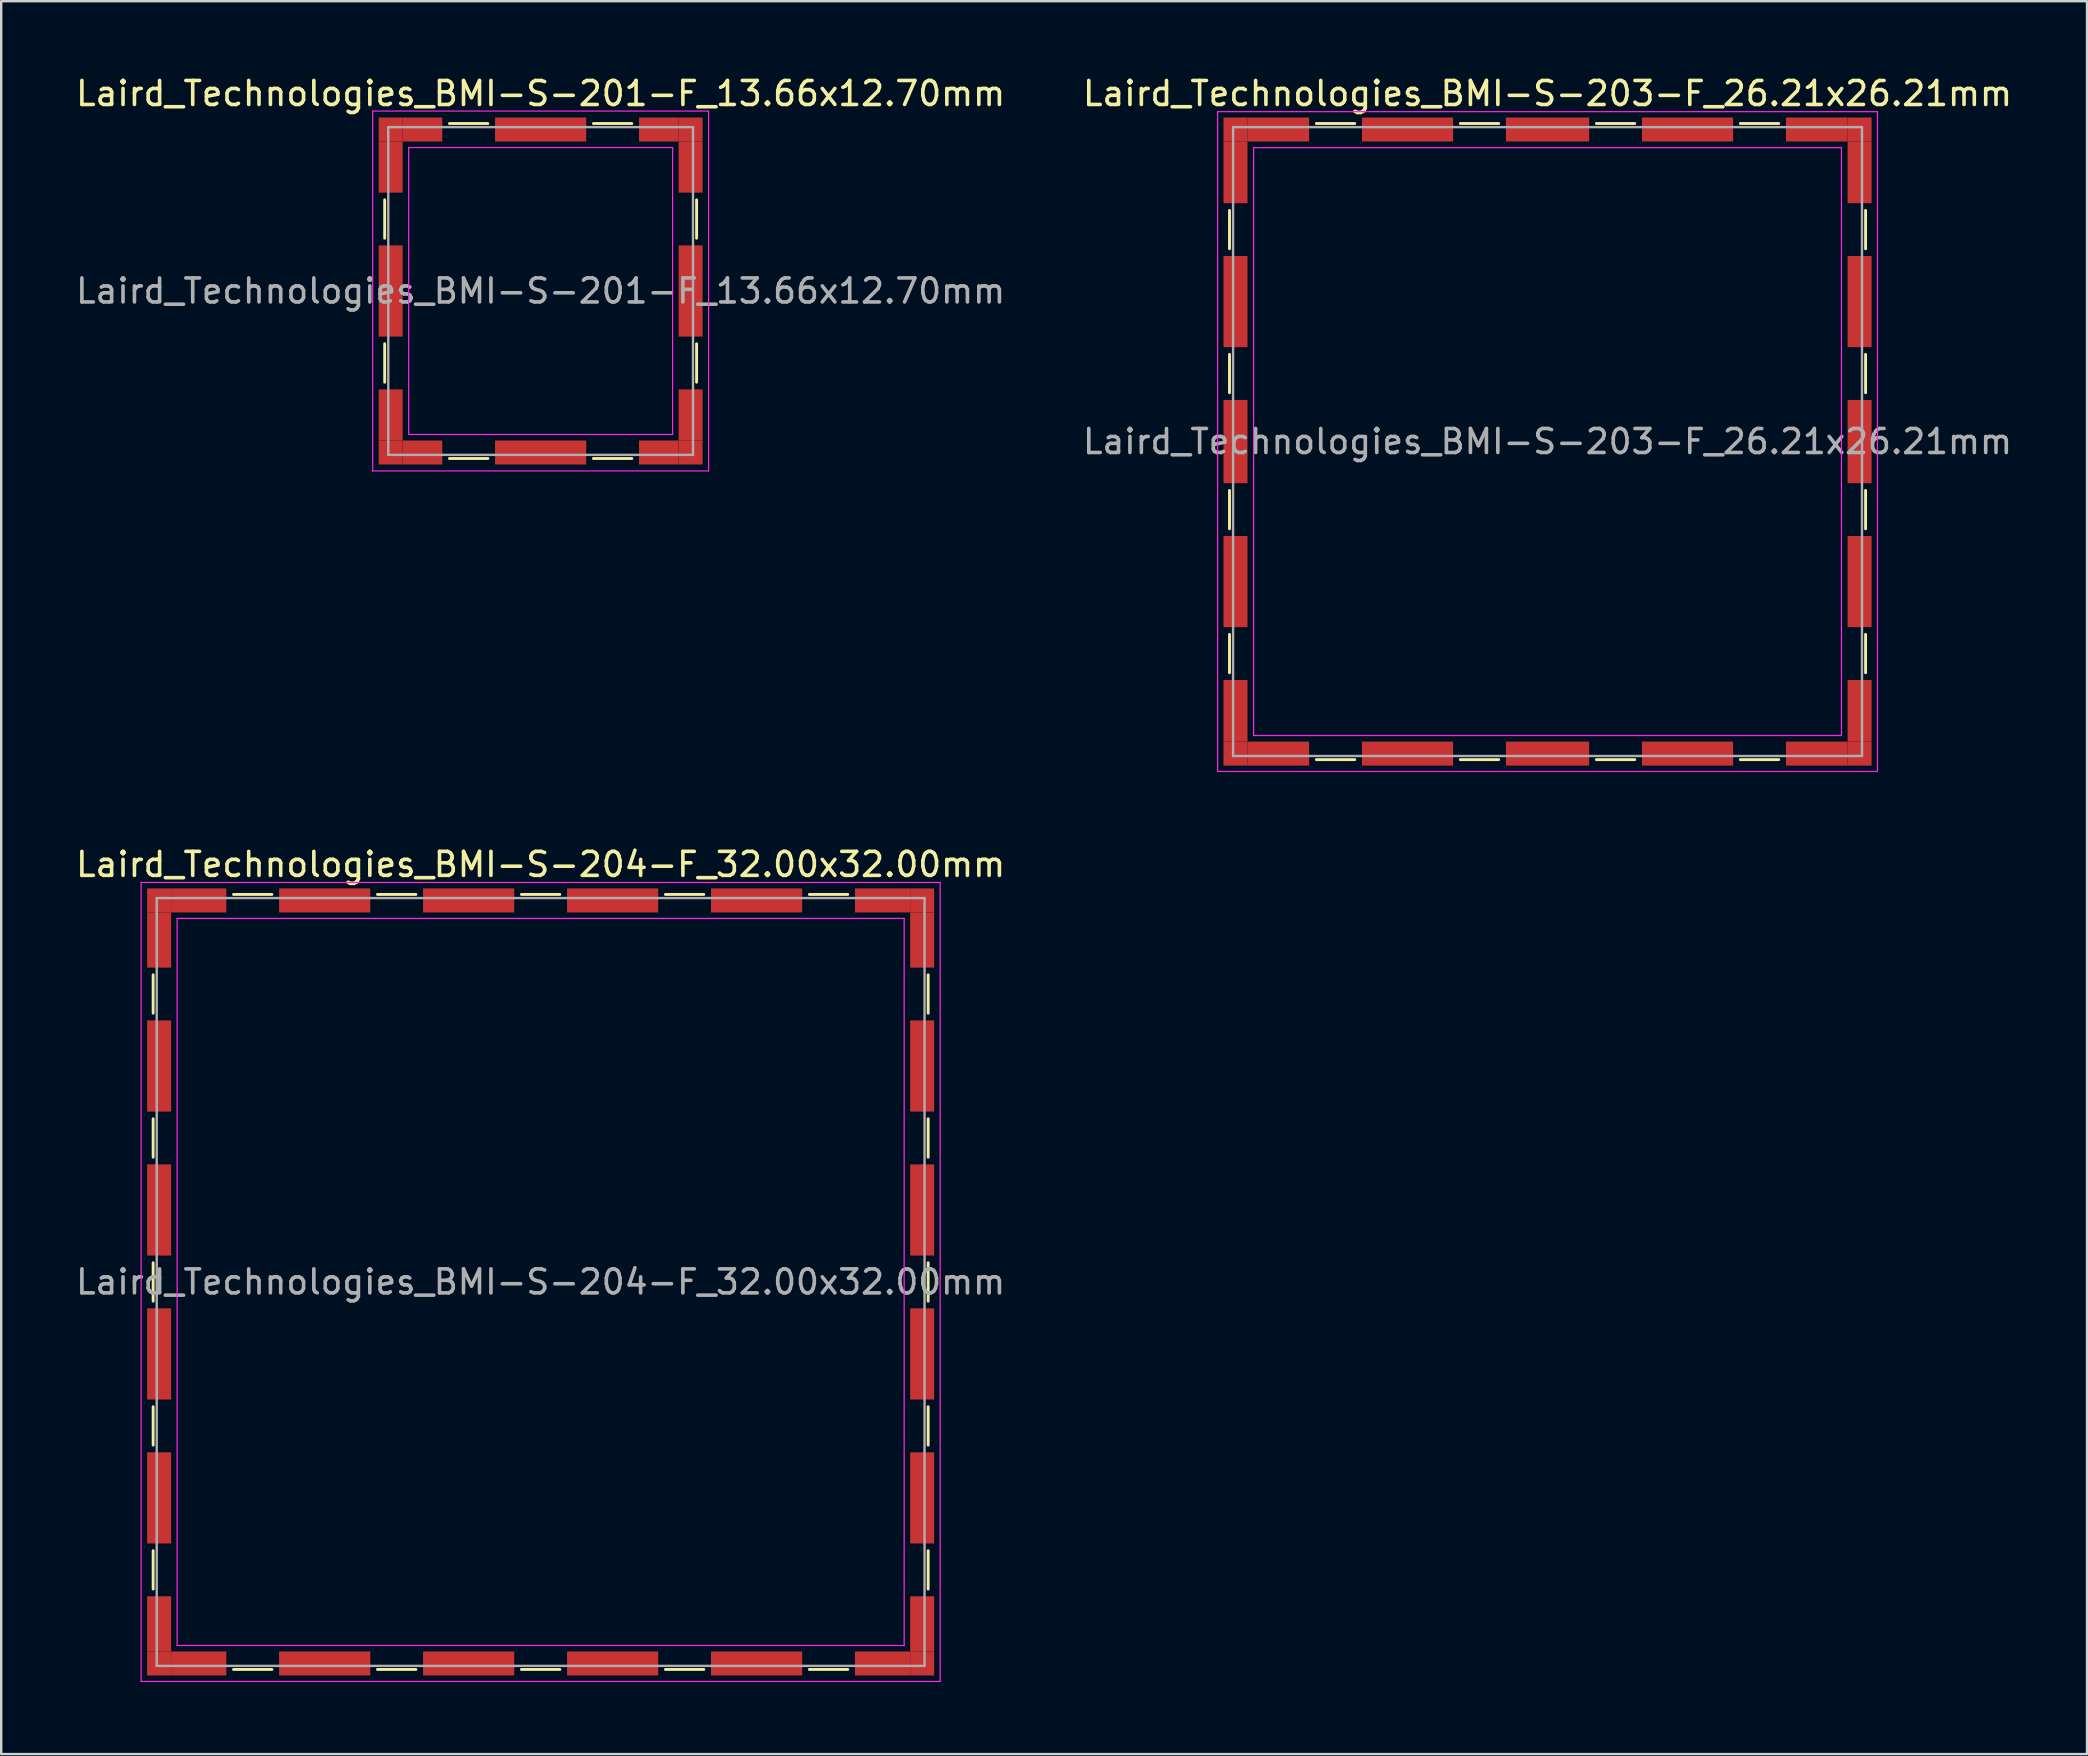
<source format=kicad_pcb>
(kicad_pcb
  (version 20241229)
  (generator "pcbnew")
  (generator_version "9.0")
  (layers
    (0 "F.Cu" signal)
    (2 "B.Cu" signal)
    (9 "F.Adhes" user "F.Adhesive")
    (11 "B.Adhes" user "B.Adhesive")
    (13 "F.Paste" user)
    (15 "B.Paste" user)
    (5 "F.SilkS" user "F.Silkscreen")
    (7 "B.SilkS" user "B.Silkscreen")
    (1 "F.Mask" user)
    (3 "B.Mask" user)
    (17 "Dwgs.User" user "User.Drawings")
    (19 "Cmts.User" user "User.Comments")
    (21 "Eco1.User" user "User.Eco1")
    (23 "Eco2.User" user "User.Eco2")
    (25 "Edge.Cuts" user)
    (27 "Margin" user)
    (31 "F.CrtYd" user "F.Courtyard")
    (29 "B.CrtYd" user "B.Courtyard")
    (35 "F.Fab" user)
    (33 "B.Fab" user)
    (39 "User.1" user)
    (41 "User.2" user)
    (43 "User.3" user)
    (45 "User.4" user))
  (footprint "Laird_Technologies_BMI-S-203-F_26.21x26.21mm"
    (layer "F.Cu")
    (at 61.446 15.353)
    (property "Reference" "Laird_Technologies_BMI-S-203-F_26.21x26.21mm" (at 0 -14.505 0) (layer "F.SilkS") (effects (font (size 1 1) (thickness 0.15))))
    (attr smd)
    (fp_line (start -13.255 -9.635) (end -13.255 -8.035) (stroke (width 0.12) (type solid)) (layer "F.SilkS"))
    (fp_line (start -13.255 -3.635) (end -13.255 -2.035) (stroke (width 0.12) (type solid)) (layer "F.SilkS"))
    (fp_line (start -13.255 2.035) (end -13.255 3.635) (stroke (width 0.12) (type solid)) (layer "F.SilkS"))
    (fp_line (start -13.255 8.035) (end -13.255 9.635) (stroke (width 0.12) (type solid)) (layer "F.SilkS"))
    (fp_line (start -9.635 -13.255) (end -8.035 -13.255) (stroke (width 0.12) (type solid)) (layer "F.SilkS"))
    (fp_line (start -9.635 13.255) (end -8.035 13.255) (stroke (width 0.12) (type solid)) (layer "F.SilkS"))
    (fp_line (start -3.635 -13.255) (end -2.035 -13.255) (stroke (width 0.12) (type solid)) (layer "F.SilkS"))
    (fp_line (start -3.635 13.255) (end -2.035 13.255) (stroke (width 0.12) (type solid)) (layer "F.SilkS"))
    (fp_line (start 2.035 -13.255) (end 3.635 -13.255) (stroke (width 0.12) (type solid)) (layer "F.SilkS"))
    (fp_line (start 2.035 13.255) (end 3.635 13.255) (stroke (width 0.12) (type solid)) (layer "F.SilkS"))
    (fp_line (start 8.035 -13.255) (end 9.635 -13.255) (stroke (width 0.12) (type solid)) (layer "F.SilkS"))
    (fp_line (start 8.035 13.255) (end 9.635 13.255) (stroke (width 0.12) (type solid)) (layer "F.SilkS"))
    (fp_line (start 13.255 -9.635) (end 13.255 -8.035) (stroke (width 0.12) (type solid)) (layer "F.SilkS"))
    (fp_line (start 13.255 -3.635) (end 13.255 -2.035) (stroke (width 0.12) (type solid)) (layer "F.SilkS"))
    (fp_line (start 13.255 2.035) (end 13.255 3.635) (stroke (width 0.12) (type solid)) (layer "F.SilkS"))
    (fp_line (start 13.255 8.035) (end 13.255 9.635) (stroke (width 0.12) (type solid)) (layer "F.SilkS"))
    (fp_line (start -13.75 -13.75) (end -13.75 13.75) (stroke (width 0.05) (type solid)) (layer "F.CrtYd"))
    (fp_line (start -13.75 13.75) (end 13.75 13.75) (stroke (width 0.05) (type solid)) (layer "F.CrtYd"))
    (fp_line (start -12.25 -12.25) (end -12.25 12.25) (stroke (width 0.05) (type solid)) (layer "F.CrtYd"))
    (fp_line (start 12.25 -12.25) (end -12.25 -12.25) (stroke (width 0.05) (type solid)) (layer "F.CrtYd"))
    (fp_line (start 12.25 -12.25) (end 12.25 12.25) (stroke (width 0.05) (type solid)) (layer "F.CrtYd"))
    (fp_line (start 12.25 12.25) (end -12.25 12.25) (stroke (width 0.05) (type solid)) (layer "F.CrtYd"))
    (fp_line (start 13.75 -13.75) (end -13.75 -13.75) (stroke (width 0.05) (type solid)) (layer "F.CrtYd"))
    (fp_line (start 13.75 13.75) (end 13.75 -13.75) (stroke (width 0.05) (type solid)) (layer "F.CrtYd"))
    (fp_line (start -13.105 -13.105) (end -13.105 13.105) (stroke (width 0.1) (type solid)) (layer "F.Fab"))
    (fp_line (start -13.105 13.105) (end 13.105 13.105) (stroke (width 0.1) (type solid)) (layer "F.Fab"))
    (fp_line (start 13.105 -13.105) (end -13.105 -13.105) (stroke (width 0.1) (type solid)) (layer "F.Fab"))
    (fp_line (start 13.105 13.105) (end 13.105 -13.105) (stroke (width 0.1) (type solid)) (layer "F.Fab"))
    (fp_text user "${REFERENCE}" (at 0 0 0) (layer "F.Fab") (effects (font (size 1 1) (thickness 0.15))))
    (pad "1" smd rect (at -13.005 -13.005) (size 1 1) (layers "F.Cu" "F.Mask" "F.Paste"))
    (pad "1" smd rect (at -13.005 -11.22) (size 1 2.57) (layers "F.Cu" "F.Mask" "F.Paste"))
    (pad "1" smd rect (at -13.005 -5.835) (size 1 3.8) (layers "F.Cu" "F.Mask" "F.Paste"))
    (pad "1" smd rect (at -13.005 0) (size 1 3.47) (layers "F.Cu" "F.Mask" "F.Paste"))
    (pad "1" smd rect (at -13.005 5.835) (size 1 3.8) (layers "F.Cu" "F.Mask" "F.Paste"))
    (pad "1" smd rect (at -13.005 11.22) (size 1 2.57) (layers "F.Cu" "F.Mask" "F.Paste"))
    (pad "1" smd rect (at -13.005 13.005) (size 1 1) (layers "F.Cu" "F.Mask" "F.Paste"))
    (pad "1" smd rect (at -11.22 -13.005) (size 2.57 1) (layers "F.Cu" "F.Mask" "F.Paste"))
    (pad "1" smd rect (at -11.22 13.005) (size 2.57 1) (layers "F.Cu" "F.Mask" "F.Paste"))
    (pad "1" smd rect (at -5.835 -13.005) (size 3.8 1) (layers "F.Cu" "F.Mask" "F.Paste"))
    (pad "1" smd rect (at -5.835 13.005) (size 3.8 1) (layers "F.Cu" "F.Mask" "F.Paste"))
    (pad "1" smd rect (at 0 -13.005) (size 3.47 1) (layers "F.Cu" "F.Mask" "F.Paste"))
    (pad "1" smd rect (at 0 13.005) (size 3.47 1) (layers "F.Cu" "F.Mask" "F.Paste"))
    (pad "1" smd rect (at 5.835 -13.005) (size 3.8 1) (layers "F.Cu" "F.Mask" "F.Paste"))
    (pad "1" smd rect (at 5.835 13.005) (size 3.8 1) (layers "F.Cu" "F.Mask" "F.Paste"))
    (pad "1" smd rect (at 11.22 -13.005) (size 2.57 1) (layers "F.Cu" "F.Mask" "F.Paste"))
    (pad "1" smd rect (at 11.22 13.005) (size 2.57 1) (layers "F.Cu" "F.Mask" "F.Paste"))
    (pad "1" smd rect (at 13.005 -13.005) (size 1 1) (layers "F.Cu" "F.Mask" "F.Paste"))
    (pad "1" smd rect (at 13.005 -11.22) (size 1 2.57) (layers "F.Cu" "F.Mask" "F.Paste"))
    (pad "1" smd rect (at 13.005 -5.835) (size 1 3.8) (layers "F.Cu" "F.Mask" "F.Paste"))
    (pad "1" smd rect (at 13.005 0) (size 1 3.47) (layers "F.Cu" "F.Mask" "F.Paste"))
    (pad "1" smd rect (at 13.005 5.835) (size 1 3.8) (layers "F.Cu" "F.Mask" "F.Paste"))
    (pad "1" smd rect (at 13.005 11.22) (size 1 2.57) (layers "F.Cu" "F.Mask" "F.Paste"))
    (pad "1" smd rect (at 13.005 13.005) (size 1 1) (layers "F.Cu" "F.Mask" "F.Paste")))
  (footprint "Laird_Technologies_BMI-S-201-F_13.66x12.70mm"
    (layer "F.Cu")
    (at 19.482 9.078)
    (property "Reference" "Laird_Technologies_BMI-S-201-F_13.66x12.70mm" (at 0 -8.23 0) (layer "F.SilkS") (effects (font (size 1 1) (thickness 0.15))))
    (attr smd)
    (fp_line (start -6.5 -3.8) (end -6.5 -2.2) (stroke (width 0.12) (type solid)) (layer "F.SilkS"))
    (fp_line (start -6.5 2.2) (end -6.5 3.8) (stroke (width 0.12) (type solid)) (layer "F.SilkS"))
    (fp_line (start -3.8 -6.98) (end -2.2 -6.98) (stroke (width 0.12) (type solid)) (layer "F.SilkS"))
    (fp_line (start -3.8 6.98) (end -2.2 6.98) (stroke (width 0.12) (type solid)) (layer "F.SilkS"))
    (fp_line (start 2.2 -6.98) (end 3.8 -6.98) (stroke (width 0.12) (type solid)) (layer "F.SilkS"))
    (fp_line (start 2.2 6.98) (end 3.8 6.98) (stroke (width 0.12) (type solid)) (layer "F.SilkS"))
    (fp_line (start 6.5 -3.8) (end 6.5 -2.2) (stroke (width 0.12) (type solid)) (layer "F.SilkS"))
    (fp_line (start 6.5 2.2) (end 6.5 3.8) (stroke (width 0.12) (type solid)) (layer "F.SilkS"))
    (fp_line (start -7 -7.5) (end -7 7.5) (stroke (width 0.05) (type solid)) (layer "F.CrtYd"))
    (fp_line (start -7 7.5) (end 7 7.5) (stroke (width 0.05) (type solid)) (layer "F.CrtYd"))
    (fp_line (start -5.5 -5.98) (end -5.5 5.98) (stroke (width 0.05) (type solid)) (layer "F.CrtYd"))
    (fp_line (start 5.5 -5.98) (end -5.5 -5.98) (stroke (width 0.05) (type solid)) (layer "F.CrtYd"))
    (fp_line (start 5.5 -5.98) (end 5.5 5.98) (stroke (width 0.05) (type solid)) (layer "F.CrtYd"))
    (fp_line (start 5.5 5.98) (end -5.5 5.98) (stroke (width 0.05) (type solid)) (layer "F.CrtYd"))
    (fp_line (start 7 -7.5) (end -7 -7.5) (stroke (width 0.05) (type solid)) (layer "F.CrtYd"))
    (fp_line (start 7 7.5) (end 7 -7.5) (stroke (width 0.05) (type solid)) (layer "F.CrtYd"))
    (fp_line (start -6.35 -6.83) (end -6.35 6.83) (stroke (width 0.1) (type solid)) (layer "F.Fab"))
    (fp_line (start -6.35 6.83) (end 6.35 6.83) (stroke (width 0.1) (type solid)) (layer "F.Fab"))
    (fp_line (start 6.35 -6.83) (end -6.35 -6.83) (stroke (width 0.1) (type solid)) (layer "F.Fab"))
    (fp_line (start 6.35 6.83) (end 6.35 -6.83) (stroke (width 0.1) (type solid)) (layer "F.Fab"))
    (fp_text user "${REFERENCE}" (at 0 0 0) (layer "F.Fab") (effects (font (size 1 1) (thickness 0.15))))
    (pad "1" smd rect (at -6.25 -6.73) (size 1 1) (layers "F.Cu" "F.Mask" "F.Paste"))
    (pad "1" smd rect (at -6.25 -5.165) (size 1 2.13) (layers "F.Cu" "F.Mask" "F.Paste"))
    (pad "1" smd rect (at -6.25 0) (size 1 3.8) (layers "F.Cu" "F.Mask" "F.Paste"))
    (pad "1" smd rect (at -6.25 5.165) (size 1 2.13) (layers "F.Cu" "F.Mask" "F.Paste"))
    (pad "1" smd rect (at -6.25 6.73) (size 1 1) (layers "F.Cu" "F.Mask" "F.Paste"))
    (pad "1" smd rect (at -4.925 -6.73) (size 1.65 1) (layers "F.Cu" "F.Mask" "F.Paste"))
    (pad "1" smd rect (at -4.925 6.73) (size 1.65 1) (layers "F.Cu" "F.Mask" "F.Paste"))
    (pad "1" smd rect (at 0 -6.73) (size 3.8 1) (layers "F.Cu" "F.Mask" "F.Paste"))
    (pad "1" smd rect (at 0 6.73) (size 3.8 1) (layers "F.Cu" "F.Mask" "F.Paste"))
    (pad "1" smd rect (at 4.925 -6.73) (size 1.65 1) (layers "F.Cu" "F.Mask" "F.Paste"))
    (pad "1" smd rect (at 4.925 6.73) (size 1.65 1) (layers "F.Cu" "F.Mask" "F.Paste"))
    (pad "1" smd rect (at 6.25 -6.73) (size 1 1) (layers "F.Cu" "F.Mask" "F.Paste"))
    (pad "1" smd rect (at 6.25 -5.165) (size 1 2.13) (layers "F.Cu" "F.Mask" "F.Paste"))
    (pad "1" smd rect (at 6.25 0) (size 1 3.8) (layers "F.Cu" "F.Mask" "F.Paste"))
    (pad "1" smd rect (at 6.25 5.165) (size 1 2.13) (layers "F.Cu" "F.Mask" "F.Paste"))
    (pad "1" smd rect (at 6.25 6.73) (size 1 1) (layers "F.Cu" "F.Mask" "F.Paste")))
  (footprint "Laird_Technologies_BMI-S-204-F_32.00x32.00mm"
    (layer "F.Cu")
    (at 19.482 50.377)
    (property "Reference" "Laird_Technologies_BMI-S-204-F_32.00x32.00mm" (at 0 -17.4 0) (layer "F.SilkS") (effects (font (size 1 1) (thickness 0.15))))
    (attr smd)
    (fp_line (start -16.15 -12.8) (end -16.15 -11.2) (stroke (width 0.12) (type solid)) (layer "F.SilkS"))
    (fp_line (start -16.15 -6.8) (end -16.15 -5.2) (stroke (width 0.12) (type solid)) (layer "F.SilkS"))
    (fp_line (start -16.15 -0.8) (end -16.15 0.8) (stroke (width 0.12) (type solid)) (layer "F.SilkS"))
    (fp_line (start -16.15 5.2) (end -16.15 6.8) (stroke (width 0.12) (type solid)) (layer "F.SilkS"))
    (fp_line (start -16.15 11.2) (end -16.15 12.8) (stroke (width 0.12) (type solid)) (layer "F.SilkS"))
    (fp_line (start -12.8 -16.15) (end -11.2 -16.15) (stroke (width 0.12) (type solid)) (layer "F.SilkS"))
    (fp_line (start -12.8 16.15) (end -11.2 16.15) (stroke (width 0.12) (type solid)) (layer "F.SilkS"))
    (fp_line (start -6.8 -16.15) (end -5.2 -16.15) (stroke (width 0.12) (type solid)) (layer "F.SilkS"))
    (fp_line (start -6.8 16.15) (end -5.2 16.15) (stroke (width 0.12) (type solid)) (layer "F.SilkS"))
    (fp_line (start -0.8 -16.15) (end 0.8 -16.15) (stroke (width 0.12) (type solid)) (layer "F.SilkS"))
    (fp_line (start -0.8 16.15) (end 0.8 16.15) (stroke (width 0.12) (type solid)) (layer "F.SilkS"))
    (fp_line (start 5.2 -16.15) (end 6.8 -16.15) (stroke (width 0.12) (type solid)) (layer "F.SilkS"))
    (fp_line (start 5.2 16.15) (end 6.8 16.15) (stroke (width 0.12) (type solid)) (layer "F.SilkS"))
    (fp_line (start 11.2 -16.15) (end 12.8 -16.15) (stroke (width 0.12) (type solid)) (layer "F.SilkS"))
    (fp_line (start 11.2 16.15) (end 12.8 16.15) (stroke (width 0.12) (type solid)) (layer "F.SilkS"))
    (fp_line (start 16.15 -12.8) (end 16.15 -11.2) (stroke (width 0.12) (type solid)) (layer "F.SilkS"))
    (fp_line (start 16.15 -6.8) (end 16.15 -5.2) (stroke (width 0.12) (type solid)) (layer "F.SilkS"))
    (fp_line (start 16.15 -0.8) (end 16.15 0.8) (stroke (width 0.12) (type solid)) (layer "F.SilkS"))
    (fp_line (start 16.15 5.2) (end 16.15 6.8) (stroke (width 0.12) (type solid)) (layer "F.SilkS"))
    (fp_line (start 16.15 11.2) (end 16.15 12.8) (stroke (width 0.12) (type solid)) (layer "F.SilkS"))
    (fp_line (start -16.65 -16.65) (end -16.65 16.65) (stroke (width 0.05) (type solid)) (layer "F.CrtYd"))
    (fp_line (start -16.65 16.65) (end 16.65 16.65) (stroke (width 0.05) (type solid)) (layer "F.CrtYd"))
    (fp_line (start -15.15 -15.15) (end -15.15 15.15) (stroke (width 0.05) (type solid)) (layer "F.CrtYd"))
    (fp_line (start 15.15 -15.15) (end -15.15 -15.15) (stroke (width 0.05) (type solid)) (layer "F.CrtYd"))
    (fp_line (start 15.15 -15.15) (end 15.15 15.15) (stroke (width 0.05) (type solid)) (layer "F.CrtYd"))
    (fp_line (start 15.15 15.15) (end -15.15 15.15) (stroke (width 0.05) (type solid)) (layer "F.CrtYd"))
    (fp_line (start 16.65 -16.65) (end -16.65 -16.65) (stroke (width 0.05) (type solid)) (layer "F.CrtYd"))
    (fp_line (start 16.65 16.65) (end 16.65 -16.65) (stroke (width 0.05) (type solid)) (layer "F.CrtYd"))
    (fp_line (start -16 -16) (end -16 16) (stroke (width 0.1) (type solid)) (layer "F.Fab"))
    (fp_line (start -16 16) (end 16 16) (stroke (width 0.1) (type solid)) (layer "F.Fab"))
    (fp_line (start 16 -16) (end -16 -16) (stroke (width 0.1) (type solid)) (layer "F.Fab"))
    (fp_line (start 16 16) (end 16 -16) (stroke (width 0.1) (type solid)) (layer "F.Fab"))
    (fp_text user "${REFERENCE}" (at 0 0 0) (layer "F.Fab") (effects (font (size 1 1) (thickness 0.15))))
    (pad "1" smd rect (at -15.9 -15.9) (size 1 1) (layers "F.Cu" "F.Mask" "F.Paste"))
    (pad "1" smd rect (at -15.9 -14.25) (size 1 2.3) (layers "F.Cu" "F.Mask" "F.Paste"))
    (pad "1" smd rect (at -15.9 -9) (size 1 3.8) (layers "F.Cu" "F.Mask" "F.Paste"))
    (pad "1" smd rect (at -15.9 -3) (size 1 3.8) (layers "F.Cu" "F.Mask" "F.Paste"))
    (pad "1" smd rect (at -15.9 3) (size 1 3.8) (layers "F.Cu" "F.Mask" "F.Paste"))
    (pad "1" smd rect (at -15.9 9) (size 1 3.8) (layers "F.Cu" "F.Mask" "F.Paste"))
    (pad "1" smd rect (at -15.9 14.25) (size 1 2.3) (layers "F.Cu" "F.Mask" "F.Paste"))
    (pad "1" smd rect (at -15.9 15.9) (size 1 1) (layers "F.Cu" "F.Mask" "F.Paste"))
    (pad "1" smd rect (at -14.25 -15.9) (size 2.3 1) (layers "F.Cu" "F.Mask" "F.Paste"))
    (pad "1" smd rect (at -14.25 15.9) (size 2.3 1) (layers "F.Cu" "F.Mask" "F.Paste"))
    (pad "1" smd rect (at -9 -15.9) (size 3.8 1) (layers "F.Cu" "F.Mask" "F.Paste"))
    (pad "1" smd rect (at -9 15.9) (size 3.8 1) (layers "F.Cu" "F.Mask" "F.Paste"))
    (pad "1" smd rect (at -3 -15.9) (size 3.8 1) (layers "F.Cu" "F.Mask" "F.Paste"))
    (pad "1" smd rect (at -3 15.9) (size 3.8 1) (layers "F.Cu" "F.Mask" "F.Paste"))
    (pad "1" smd rect (at 3 -15.9) (size 3.8 1) (layers "F.Cu" "F.Mask" "F.Paste"))
    (pad "1" smd rect (at 3 15.9) (size 3.8 1) (layers "F.Cu" "F.Mask" "F.Paste"))
    (pad "1" smd rect (at 9 -15.9) (size 3.8 1) (layers "F.Cu" "F.Mask" "F.Paste"))
    (pad "1" smd rect (at 9 15.9) (size 3.8 1) (layers "F.Cu" "F.Mask" "F.Paste"))
    (pad "1" smd rect (at 14.25 -15.9) (size 2.3 1) (layers "F.Cu" "F.Mask" "F.Paste"))
    (pad "1" smd rect (at 14.25 15.9) (size 2.3 1) (layers "F.Cu" "F.Mask" "F.Paste"))
    (pad "1" smd rect (at 15.9 -15.9) (size 1 1) (layers "F.Cu" "F.Mask" "F.Paste"))
    (pad "1" smd rect (at 15.9 -14.25) (size 1 2.3) (layers "F.Cu" "F.Mask" "F.Paste"))
    (pad "1" smd rect (at 15.9 -9) (size 1 3.8) (layers "F.Cu" "F.Mask" "F.Paste"))
    (pad "1" smd rect (at 15.9 -3) (size 1 3.8) (layers "F.Cu" "F.Mask" "F.Paste"))
    (pad "1" smd rect (at 15.9 3) (size 1 3.8) (layers "F.Cu" "F.Mask" "F.Paste"))
    (pad "1" smd rect (at 15.9 9) (size 1 3.8) (layers "F.Cu" "F.Mask" "F.Paste"))
    (pad "1" smd rect (at 15.9 14.25) (size 1 2.3) (layers "F.Cu" "F.Mask" "F.Paste"))
    (pad "1" smd rect (at 15.9 15.9) (size 1 1) (layers "F.Cu" "F.Mask" "F.Paste")))
  (gr_rect
    (start -3 -3)
    (end 83.929 70.052)
    (stroke (width 0.1) (type default))
    (fill no)
    (layer "Edge.Cuts")))
</source>
